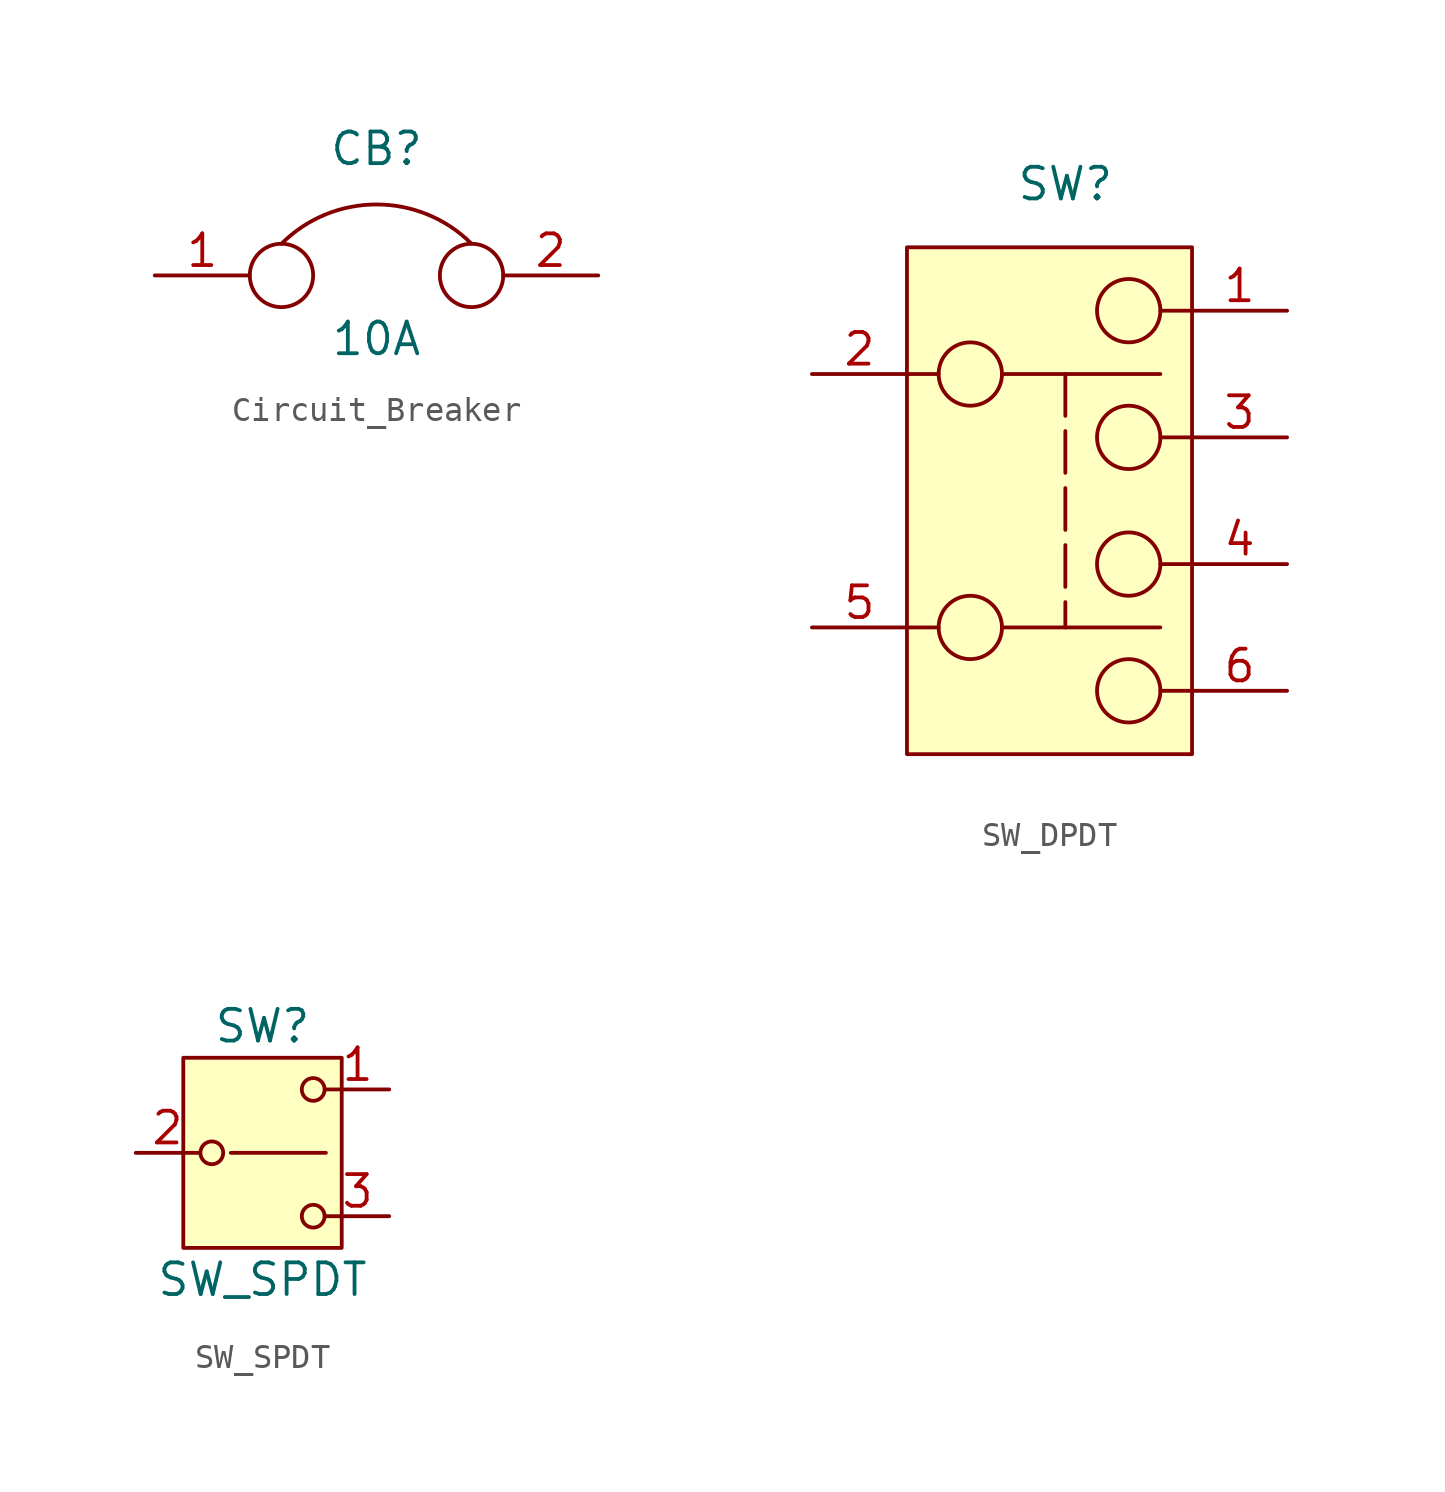
<source format=kicad_sym>
(kicad_symbol_lib
  (version 20241209)
  (generator "kicad_symbol_editor")
  (generator_version "9.0")
  (symbol "Circuit_Breaker"
    (property "Reference" "CB"
      (at 0 2.54 0)
      (effects (font (size 1.27 1.27))))
    (property "Value" "10A"
      (at 0 -5.08 0)
      (effects (font (size 1.27 1.27))))
    (symbol "Circuit_Breaker_0_1"
      (circle (center -3.81 -2.54) (radius 1.27) (stroke (width 0) (type default)) (fill (type none)))
      (arc (start -3.81 -1.27) (mid 0 0.3055) (end 3.81 -1.27) (stroke (width 0) (type default)) (fill (type none)))
      (circle (center 3.81 -2.54) (radius 1.27) (stroke (width 0) (type default)) (fill (type none))))
    (symbol "Circuit_Breaker_1_1"
      (pin passive line (at -8.89 -2.54 0) (length 3.81) (name "" (effects (font (size 1.27 1.27)))) (number "1" (effects (font (size 1.27 1.27)))))
      (pin passive line (at 8.89 -2.54 180) (length 3.81) (name "" (effects (font (size 1.27 1.27)))) (number "2" (effects (font (size 1.27 1.27)))))))
  (symbol "SW_DPDT"
    (property "Reference" "SW"
      (at 0 1.27 0)
      (effects (font (size 1.27 1.27))))
    (property "Value" ""
      (at -6.35 0 0)
      (effects (font (size 1.27 1.27))))
    (symbol "SW_DPDT_0_1"
      (polyline (pts (xy -6.35 -6.35) (xy -5.08 -6.35)) (stroke (width 0) (type default)) (fill (type none)))
      (polyline (pts (xy -6.35 -16.51) (xy -5.08 -16.51)) (stroke (width 0) (type default)) (fill (type none)))
      (circle (center -3.81 -6.35) (radius 1.27) (stroke (width 0) (type default)) (fill (type none)))
      (circle (center -3.81 -16.51) (radius 1.27) (stroke (width 0) (type default)) (fill (type none)))
      (polyline (pts (xy -2.54 -6.35) (xy 3.81 -6.35)) (stroke (width 0) (type default)) (fill (type none)))
      (polyline (pts (xy -2.54 -16.51) (xy 3.81 -16.51)) (stroke (width 0) (type default)) (fill (type none)))
      (circle (center 2.54 -3.81) (radius 1.27) (stroke (width 0) (type default)) (fill (type none)))
      (circle (center 2.54 -8.89) (radius 1.27) (stroke (width 0) (type default)) (fill (type none)))
      (circle (center 2.54 -13.97) (radius 1.27) (stroke (width 0) (type default)) (fill (type none)))
      (circle (center 2.54 -19.05) (radius 1.27) (stroke (width 0) (type default)) (fill (type none)))
      (polyline (pts (xy 5.08 -3.81) (xy 3.81 -3.81)) (stroke (width 0) (type default)) (fill (type none)))
      (polyline (pts (xy 5.08 -8.89) (xy 3.81 -8.89)) (stroke (width 0) (type default)) (fill (type none)))
      (polyline (pts (xy 5.08 -13.97) (xy 3.81 -13.97)) (stroke (width 0) (type default)) (fill (type none)))
      (polyline (pts (xy 5.08 -19.05) (xy 3.81 -19.05)) (stroke (width 0) (type default)) (fill (type none))))
    (symbol "SW_DPDT_1_1"
      (rectangle (start -6.35 -1.27) (end 5.08 -21.59) (stroke (width 0) (type default)) (fill (type background)))
      (polyline (pts (xy 0 -6.35) (xy 0 -16.51)) (stroke (width 0) (type dash)) (fill (type none)))
      (pin passive line (at -10.16 -6.35 0) (length 3.81) (name "" (effects (font (size 1.27 1.27)))) (number "2" (effects (font (size 1.27 1.27)))))
      (pin passive line (at -10.16 -16.51 0) (length 3.81) (name "" (effects (font (size 1.27 1.27)))) (number "5" (effects (font (size 1.27 1.27)))))
      (pin passive line (at 8.89 -3.81 180) (length 3.81) (name "" (effects (font (size 1.27 1.27)))) (number "1" (effects (font (size 1.27 1.27)))))
      (pin passive line (at 8.89 -8.89 180) (length 3.81) (name "" (effects (font (size 1.27 1.27)))) (number "3" (effects (font (size 1.27 1.27)))))
      (pin passive line (at 8.89 -13.97 180) (length 3.81) (name "" (effects (font (size 1.27 1.27)))) (number "4" (effects (font (size 1.27 1.27)))))
      (pin passive line (at 8.89 -19.05 180) (length 3.81) (name "" (effects (font (size 1.27 1.27)))) (number "6" (effects (font (size 1.27 1.27)))))))
  (symbol "SW_SPDT"
    (pin_names
      (offset 0)
      (hide yes))
    (property "Reference" "SW"
      (at 0 5.08 0)
      (effects (font (size 1.27 1.27))))
    (property "Value" "SW_SPDT"
      (at 0 -5.08 0)
      (effects (font (size 1.27 1.27))))
    (symbol "SW_SPDT_0_1"
      (circle (center -2.032 0) (radius 0.457) (stroke (width 0) (type default)) (fill (type none)))
      (polyline (pts (xy -1.27 0) (xy 2.54 0)) (stroke (width 0) (type default)) (fill (type none)))
      (circle (center 2.032 2.54) (radius 0.457) (stroke (width 0) (type default)) (fill (type none)))
      (circle (center 2.032 -2.54) (radius 0.457) (stroke (width 0) (type default)) (fill (type none))))
    (symbol "SW_SPDT_1_1"
      (rectangle (start -3.175 3.81) (end 3.175 -3.81) (stroke (width 0) (type default)) (fill (type background)))
      (pin passive line (at -5.08 0 0) (length 2.54) (name "B" (effects (font (size 1.27 1.27)))) (number "2" (effects (font (size 1.27 1.27)))))
      (pin passive line (at 5.08 2.54 180) (length 2.54) (name "A" (effects (font (size 1.27 1.27)))) (number "1" (effects (font (size 1.27 1.27)))))
      (pin passive line (at 5.08 -2.54 180) (length 2.54) (name "C" (effects (font (size 1.27 1.27)))) (number "3" (effects (font (size 1.27 1.27))))))))
</source>
